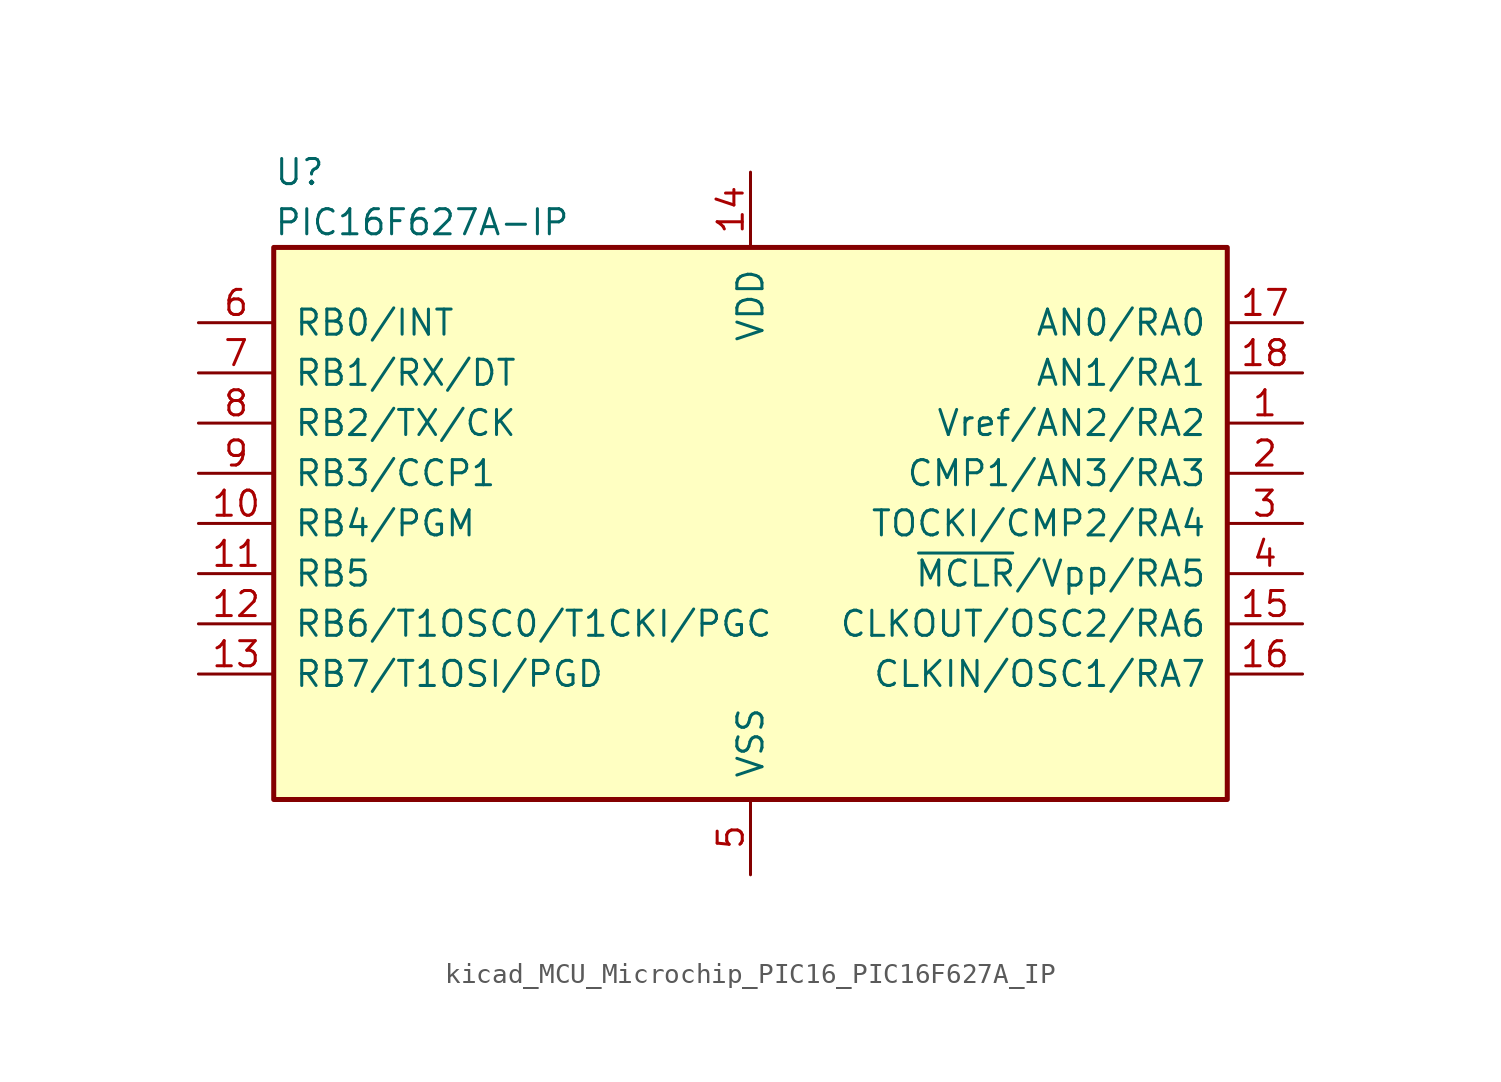
<source format=kicad_sym>
(kicad_symbol_lib
  (version 20220914)
  (generator kicad_symbol_editor)
  (symbol "kicad_MCU_Microchip_PIC16_PIC16F627A_IP"
    (pin_names
      (offset 1.016))
    (property "Reference" "U"
      (at -24.13 17.78 0)
      (effects (font (size 1.27 1.27)) (justify left)))
    (property "Value" "PIC16F627A-IP"
      (at -24.13 15.24 0)
      (effects (font (size 1.27 1.27)) (justify left)))
    (symbol "kicad_MCU_Microchip_PIC16_PIC16F627A_IP_0_1"
      (rectangle (start 24.13 13.97) (end -24.13 -13.97) (stroke (width 0.254) (type default)) (fill (type background))))
    (symbol "kicad_MCU_Microchip_PIC16_PIC16F627A_IP_1_1"
      (pin bidirectional line (at 27.94 5.08 180) (length 3.81) (name "Vref/AN2/RA2" (effects (font (size 1.27 1.27)))) (number "1" (effects (font (size 1.27 1.27)))))
      (pin bidirectional line (at -27.94 0 0) (length 3.81) (name "RB4/PGM" (effects (font (size 1.27 1.27)))) (number "10" (effects (font (size 1.27 1.27)))))
      (pin bidirectional line (at -27.94 -2.54 0) (length 3.81) (name "RB5" (effects (font (size 1.27 1.27)))) (number "11" (effects (font (size 1.27 1.27)))))
      (pin bidirectional line (at -27.94 -5.08 0) (length 3.81) (name "RB6/T1OSC0/T1CKI/PGC" (effects (font (size 1.27 1.27)))) (number "12" (effects (font (size 1.27 1.27)))))
      (pin bidirectional line (at -27.94 -7.62 0) (length 3.81) (name "RB7/T1OSI/PGD" (effects (font (size 1.27 1.27)))) (number "13" (effects (font (size 1.27 1.27)))))
      (pin power_in line (at 0 17.78 270) (length 3.81) (name "VDD" (effects (font (size 1.27 1.27)))) (number "14" (effects (font (size 1.27 1.27)))))
      (pin bidirectional line (at 27.94 -5.08 180) (length 3.81) (name "CLKOUT/OSC2/RA6" (effects (font (size 1.27 1.27)))) (number "15" (effects (font (size 1.27 1.27)))))
      (pin bidirectional line (at 27.94 -7.62 180) (length 3.81) (name "CLKIN/OSC1/RA7" (effects (font (size 1.27 1.27)))) (number "16" (effects (font (size 1.27 1.27)))))
      (pin bidirectional line (at 27.94 10.16 180) (length 3.81) (name "AN0/RA0" (effects (font (size 1.27 1.27)))) (number "17" (effects (font (size 1.27 1.27)))))
      (pin bidirectional line (at 27.94 7.62 180) (length 3.81) (name "AN1/RA1" (effects (font (size 1.27 1.27)))) (number "18" (effects (font (size 1.27 1.27)))))
      (pin bidirectional line (at 27.94 2.54 180) (length 3.81) (name "CMP1/AN3/RA3" (effects (font (size 1.27 1.27)))) (number "2" (effects (font (size 1.27 1.27)))))
      (pin bidirectional line (at 27.94 0 180) (length 3.81) (name "TOCKI/CMP2/RA4" (effects (font (size 1.27 1.27)))) (number "3" (effects (font (size 1.27 1.27)))))
      (pin input line (at 27.94 -2.54 180) (length 3.81) (name "~{MCLR}/Vpp/RA5" (effects (font (size 1.27 1.27)))) (number "4" (effects (font (size 1.27 1.27)))))
      (pin power_in line (at 0 -17.78 90) (length 3.81) (name "VSS" (effects (font (size 1.27 1.27)))) (number "5" (effects (font (size 1.27 1.27)))))
      (pin bidirectional line (at -27.94 10.16 0) (length 3.81) (name "RB0/INT" (effects (font (size 1.27 1.27)))) (number "6" (effects (font (size 1.27 1.27)))))
      (pin bidirectional line (at -27.94 7.62 0) (length 3.81) (name "RB1/RX/DT" (effects (font (size 1.27 1.27)))) (number "7" (effects (font (size 1.27 1.27)))))
      (pin bidirectional line (at -27.94 5.08 0) (length 3.81) (name "RB2/TX/CK" (effects (font (size 1.27 1.27)))) (number "8" (effects (font (size 1.27 1.27)))))
      (pin bidirectional line (at -27.94 2.54 0) (length 3.81) (name "RB3/CCP1" (effects (font (size 1.27 1.27)))) (number "9" (effects (font (size 1.27 1.27))))))))
</source>
